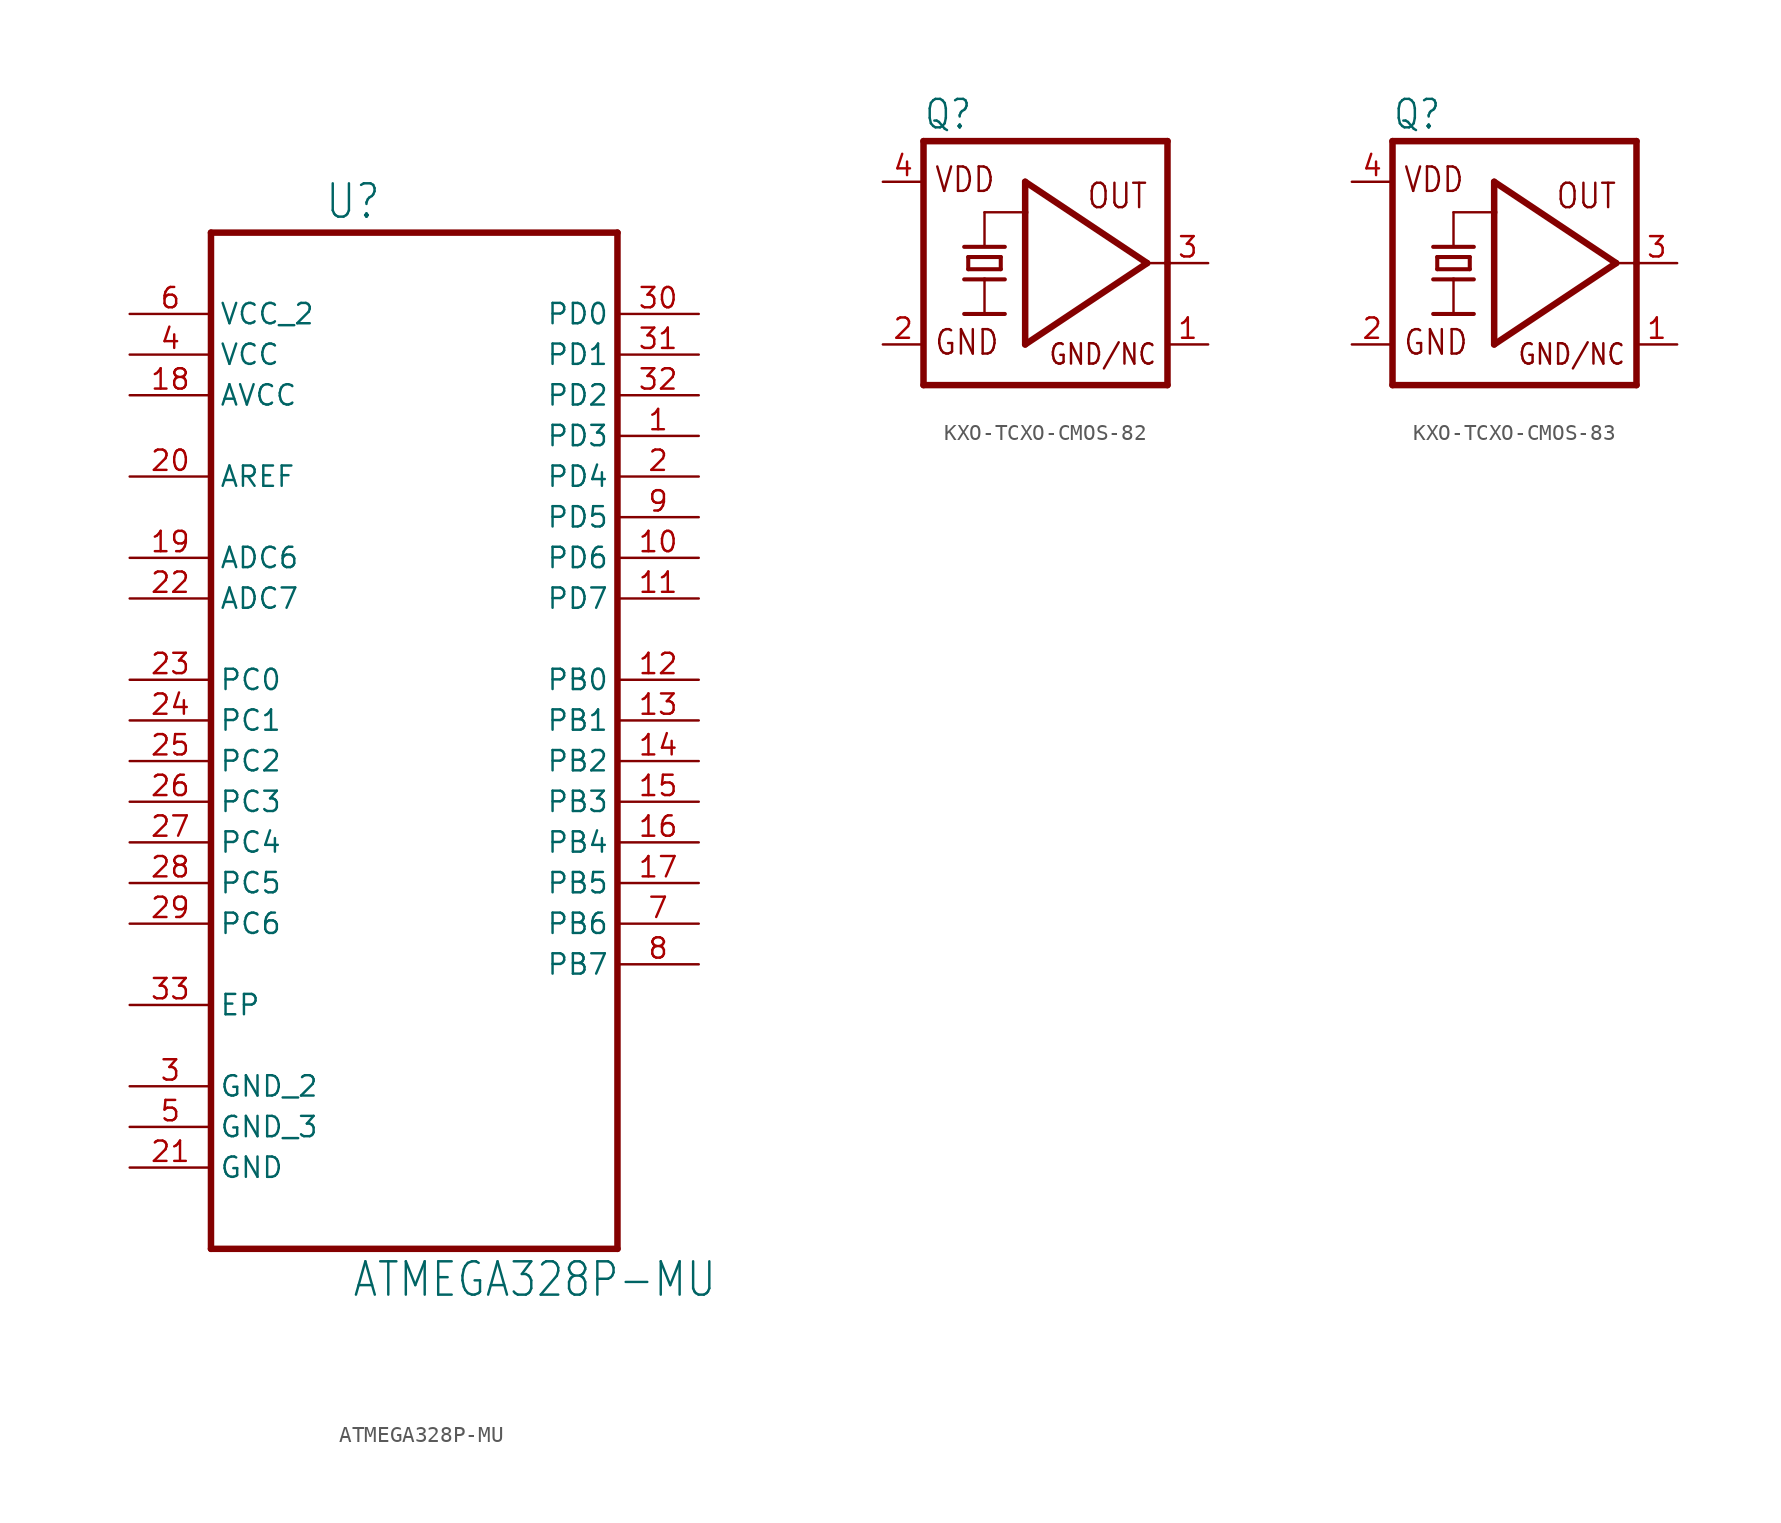
<source format=kicad_sym>
(kicad_symbol_lib
  (version 20211014)
  (generator kicad_symbol_editor)
  (symbol "ATMEGA328P-MU"
    (property "Reference" "U"
      (at -5.613 28.677 0)
      (effects (font (size 2.083 1.77)) (justify left bottom)))
    (property "Value" "ATMEGA328P-MU"
      (at -3.912 -38.684 0)
      (effects (font (size 2.083 1.77)) (justify left bottom)))
    (property "ki_locked" ""
      (at 0 0 0)
      (effects (font (size 1.27 1.27))))
    (symbol "ATMEGA328P-MU_1_0"
      (polyline (pts (xy -12.7 -35.56) (xy 12.7 -35.56)) (stroke (width 0.406) (type default) (color 0 0 0 0)) (fill (type none)))
      (polyline (pts (xy -12.7 27.94) (xy -12.7 -35.56)) (stroke (width 0.406) (type default) (color 0 0 0 0)) (fill (type none)))
      (polyline (pts (xy 12.7 -35.56) (xy 12.7 27.94)) (stroke (width 0.406) (type default) (color 0 0 0 0)) (fill (type none)))
      (polyline (pts (xy 12.7 27.94) (xy -12.7 27.94)) (stroke (width 0.406) (type default) (color 0 0 0 0)) (fill (type none)))
      (pin bidirectional line (at 17.78 15.24 180) (length 5.08) (name "PD3" (effects (font (size 1.27 1.27)))) (number "1" (effects (font (size 1.27 1.27)))))
      (pin bidirectional line (at 17.78 7.62 180) (length 5.08) (name "PD6" (effects (font (size 1.27 1.27)))) (number "10" (effects (font (size 1.27 1.27)))))
      (pin bidirectional line (at 17.78 5.08 180) (length 5.08) (name "PD7" (effects (font (size 1.27 1.27)))) (number "11" (effects (font (size 1.27 1.27)))))
      (pin bidirectional line (at 17.78 0 180) (length 5.08) (name "PB0" (effects (font (size 1.27 1.27)))) (number "12" (effects (font (size 1.27 1.27)))))
      (pin bidirectional line (at 17.78 -2.54 180) (length 5.08) (name "PB1" (effects (font (size 1.27 1.27)))) (number "13" (effects (font (size 1.27 1.27)))))
      (pin bidirectional line (at 17.78 -5.08 180) (length 5.08) (name "PB2" (effects (font (size 1.27 1.27)))) (number "14" (effects (font (size 1.27 1.27)))))
      (pin bidirectional line (at 17.78 -7.62 180) (length 5.08) (name "PB3" (effects (font (size 1.27 1.27)))) (number "15" (effects (font (size 1.27 1.27)))))
      (pin bidirectional line (at 17.78 -10.16 180) (length 5.08) (name "PB4" (effects (font (size 1.27 1.27)))) (number "16" (effects (font (size 1.27 1.27)))))
      (pin bidirectional line (at 17.78 -12.7 180) (length 5.08) (name "PB5" (effects (font (size 1.27 1.27)))) (number "17" (effects (font (size 1.27 1.27)))))
      (pin power_in line (at -17.78 17.78 0) (length 5.08) (name "AVCC" (effects (font (size 1.27 1.27)))) (number "18" (effects (font (size 1.27 1.27)))))
      (pin input line (at -17.78 7.62 0) (length 5.08) (name "ADC6" (effects (font (size 1.27 1.27)))) (number "19" (effects (font (size 1.27 1.27)))))
      (pin bidirectional line (at 17.78 12.7 180) (length 5.08) (name "PD4" (effects (font (size 1.27 1.27)))) (number "2" (effects (font (size 1.27 1.27)))))
      (pin input line (at -17.78 12.7 0) (length 5.08) (name "AREF" (effects (font (size 1.27 1.27)))) (number "20" (effects (font (size 1.27 1.27)))))
      (pin passive line (at -17.78 -30.48 0) (length 5.08) (name "GND" (effects (font (size 1.27 1.27)))) (number "21" (effects (font (size 1.27 1.27)))))
      (pin input line (at -17.78 5.08 0) (length 5.08) (name "ADC7" (effects (font (size 1.27 1.27)))) (number "22" (effects (font (size 1.27 1.27)))))
      (pin bidirectional line (at -17.78 0 0) (length 5.08) (name "PC0" (effects (font (size 1.27 1.27)))) (number "23" (effects (font (size 1.27 1.27)))))
      (pin bidirectional line (at -17.78 -2.54 0) (length 5.08) (name "PC1" (effects (font (size 1.27 1.27)))) (number "24" (effects (font (size 1.27 1.27)))))
      (pin bidirectional line (at -17.78 -5.08 0) (length 5.08) (name "PC2" (effects (font (size 1.27 1.27)))) (number "25" (effects (font (size 1.27 1.27)))))
      (pin bidirectional line (at -17.78 -7.62 0) (length 5.08) (name "PC3" (effects (font (size 1.27 1.27)))) (number "26" (effects (font (size 1.27 1.27)))))
      (pin bidirectional line (at -17.78 -10.16 0) (length 5.08) (name "PC4" (effects (font (size 1.27 1.27)))) (number "27" (effects (font (size 1.27 1.27)))))
      (pin bidirectional line (at -17.78 -12.7 0) (length 5.08) (name "PC5" (effects (font (size 1.27 1.27)))) (number "28" (effects (font (size 1.27 1.27)))))
      (pin bidirectional line (at -17.78 -15.24 0) (length 5.08) (name "PC6" (effects (font (size 1.27 1.27)))) (number "29" (effects (font (size 1.27 1.27)))))
      (pin passive line (at -17.78 -25.4 0) (length 5.08) (name "GND_2" (effects (font (size 1.27 1.27)))) (number "3" (effects (font (size 1.27 1.27)))))
      (pin bidirectional line (at 17.78 22.86 180) (length 5.08) (name "PD0" (effects (font (size 1.27 1.27)))) (number "30" (effects (font (size 1.27 1.27)))))
      (pin bidirectional line (at 17.78 20.32 180) (length 5.08) (name "PD1" (effects (font (size 1.27 1.27)))) (number "31" (effects (font (size 1.27 1.27)))))
      (pin bidirectional line (at 17.78 17.78 180) (length 5.08) (name "PD2" (effects (font (size 1.27 1.27)))) (number "32" (effects (font (size 1.27 1.27)))))
      (pin passive line (at -17.78 -20.32 0) (length 5.08) (name "EP" (effects (font (size 1.27 1.27)))) (number "33" (effects (font (size 1.27 1.27)))))
      (pin power_in line (at -17.78 20.32 0) (length 5.08) (name "VCC" (effects (font (size 1.27 1.27)))) (number "4" (effects (font (size 1.27 1.27)))))
      (pin passive line (at -17.78 -27.94 0) (length 5.08) (name "GND_3" (effects (font (size 1.27 1.27)))) (number "5" (effects (font (size 1.27 1.27)))))
      (pin power_in line (at -17.78 22.86 0) (length 5.08) (name "VCC_2" (effects (font (size 1.27 1.27)))) (number "6" (effects (font (size 1.27 1.27)))))
      (pin bidirectional line (at 17.78 -15.24 180) (length 5.08) (name "PB6" (effects (font (size 1.27 1.27)))) (number "7" (effects (font (size 1.27 1.27)))))
      (pin bidirectional line (at 17.78 -17.78 180) (length 5.08) (name "PB7" (effects (font (size 1.27 1.27)))) (number "8" (effects (font (size 1.27 1.27)))))
      (pin bidirectional line (at 17.78 10.16 180) (length 5.08) (name "PD5" (effects (font (size 1.27 1.27)))) (number "9" (effects (font (size 1.27 1.27)))))))
  (symbol "KXO-TCXO-CMOS-82"
    (property "Reference" "Q"
      (at -7.62 8.255 0)
      (effects (font (size 1.778 1.511)) (justify left bottom)))
    (property "ki_locked" ""
      (at 0 0 0)
      (effects (font (size 1.27 1.27))))
    (symbol "KXO-TCXO-CMOS-82_1_0"
      (polyline (pts (xy -7.62 7.62) (xy -7.62 -7.62)) (stroke (width 0.406) (type default) (color 0 0 0 0)) (fill (type none)))
      (polyline (pts (xy -7.62 7.62) (xy 7.62 7.62)) (stroke (width 0.406) (type default) (color 0 0 0 0)) (fill (type none)))
      (polyline (pts (xy -5.08 -3.175) (xy -2.54 -3.175)) (stroke (width 0.254) (type default) (color 0 0 0 0)) (fill (type none)))
      (polyline (pts (xy -5.08 -1.016) (xy -3.81 -1.016)) (stroke (width 0.254) (type default) (color 0 0 0 0)) (fill (type none)))
      (polyline (pts (xy -5.08 1.016) (xy -2.54 1.016)) (stroke (width 0.254) (type default) (color 0 0 0 0)) (fill (type none)))
      (polyline (pts (xy -4.826 -0.381) (xy -4.826 0.381)) (stroke (width 0.254) (type default) (color 0 0 0 0)) (fill (type none)))
      (polyline (pts (xy -4.826 -0.381) (xy -2.794 -0.381)) (stroke (width 0.254) (type default) (color 0 0 0 0)) (fill (type none)))
      (polyline (pts (xy -4.826 0.381) (xy -2.794 0.381)) (stroke (width 0.254) (type default) (color 0 0 0 0)) (fill (type none)))
      (polyline (pts (xy -3.81 -3.175) (xy -3.81 -1.016)) (stroke (width 0.152) (type default) (color 0 0 0 0)) (fill (type none)))
      (polyline (pts (xy -3.81 -1.016) (xy -2.54 -1.016)) (stroke (width 0.254) (type default) (color 0 0 0 0)) (fill (type none)))
      (polyline (pts (xy -3.81 1.016) (xy -3.81 3.175)) (stroke (width 0.152) (type default) (color 0 0 0 0)) (fill (type none)))
      (polyline (pts (xy -3.81 3.175) (xy -1.27 3.175)) (stroke (width 0.152) (type default) (color 0 0 0 0)) (fill (type none)))
      (polyline (pts (xy -2.794 0.381) (xy -2.794 -0.381)) (stroke (width 0.254) (type default) (color 0 0 0 0)) (fill (type none)))
      (polyline (pts (xy -1.27 -5.08) (xy -1.27 3.175)) (stroke (width 0.406) (type default) (color 0 0 0 0)) (fill (type none)))
      (polyline (pts (xy -1.27 3.175) (xy -1.27 5.08)) (stroke (width 0.406) (type default) (color 0 0 0 0)) (fill (type none)))
      (polyline (pts (xy -1.27 5.08) (xy 6.35 0)) (stroke (width 0.406) (type default) (color 0 0 0 0)) (fill (type none)))
      (polyline (pts (xy 6.35 0) (xy -1.27 -5.08)) (stroke (width 0.406) (type default) (color 0 0 0 0)) (fill (type none)))
      (polyline (pts (xy 6.35 0) (xy 7.62 0)) (stroke (width 0.152) (type default) (color 0 0 0 0)) (fill (type none)))
      (polyline (pts (xy 7.62 -7.62) (xy -7.62 -7.62)) (stroke (width 0.406) (type default) (color 0 0 0 0)) (fill (type none)))
      (polyline (pts (xy 7.62 -7.62) (xy 7.62 0)) (stroke (width 0.406) (type default) (color 0 0 0 0)) (fill (type none)))
      (polyline (pts (xy 7.62 0) (xy 7.62 7.62)) (stroke (width 0.406) (type default) (color 0 0 0 0)) (fill (type none)))
      (text "GND" (at -6.985 -5.842 0) (effects (font (size 1.524 1.295)) (justify left bottom)))
      (text "GND/NC" (at 6.985 -4.953 0) (effects (font (size 1.27 1.079)) (justify right top)))
      (text "OUT" (at 2.54 3.302 0) (effects (font (size 1.524 1.295)) (justify left bottom)))
      (text "VDD" (at -6.985 4.318 0) (effects (font (size 1.524 1.295)) (justify left bottom)))
      (pin power_in line (at 10.16 -5.08 180) (length 2.54) (name "GND/NC" (effects (font (size 0 0)))) (number "1" (effects (font (size 1.27 1.27)))))
      (pin power_in line (at -10.16 -5.08 0) (length 2.54) (name "GND" (effects (font (size 0 0)))) (number "2" (effects (font (size 1.27 1.27)))))
      (pin output line (at 10.16 0 180) (length 2.54) (name "OUT" (effects (font (size 0 0)))) (number "3" (effects (font (size 1.27 1.27)))))
      (pin power_in line (at -10.16 5.08 0) (length 2.54) (name "VDD" (effects (font (size 0 0)))) (number "4" (effects (font (size 1.27 1.27)))))))
  (symbol "KXO-TCXO-CMOS-83"
    (property "Reference" "Q"
      (at -7.62 8.255 0)
      (effects (font (size 1.778 1.511)) (justify left bottom)))
    (property "ki_locked" ""
      (at 0 0 0)
      (effects (font (size 1.27 1.27))))
    (symbol "KXO-TCXO-CMOS-83_1_0"
      (polyline (pts (xy -7.62 7.62) (xy -7.62 -7.62)) (stroke (width 0.406) (type default) (color 0 0 0 0)) (fill (type none)))
      (polyline (pts (xy -7.62 7.62) (xy 7.62 7.62)) (stroke (width 0.406) (type default) (color 0 0 0 0)) (fill (type none)))
      (polyline (pts (xy -5.08 -3.175) (xy -2.54 -3.175)) (stroke (width 0.254) (type default) (color 0 0 0 0)) (fill (type none)))
      (polyline (pts (xy -5.08 -1.016) (xy -3.81 -1.016)) (stroke (width 0.254) (type default) (color 0 0 0 0)) (fill (type none)))
      (polyline (pts (xy -5.08 1.016) (xy -2.54 1.016)) (stroke (width 0.254) (type default) (color 0 0 0 0)) (fill (type none)))
      (polyline (pts (xy -4.826 -0.381) (xy -4.826 0.381)) (stroke (width 0.254) (type default) (color 0 0 0 0)) (fill (type none)))
      (polyline (pts (xy -4.826 -0.381) (xy -2.794 -0.381)) (stroke (width 0.254) (type default) (color 0 0 0 0)) (fill (type none)))
      (polyline (pts (xy -4.826 0.381) (xy -2.794 0.381)) (stroke (width 0.254) (type default) (color 0 0 0 0)) (fill (type none)))
      (polyline (pts (xy -3.81 -3.175) (xy -3.81 -1.016)) (stroke (width 0.152) (type default) (color 0 0 0 0)) (fill (type none)))
      (polyline (pts (xy -3.81 -1.016) (xy -2.54 -1.016)) (stroke (width 0.254) (type default) (color 0 0 0 0)) (fill (type none)))
      (polyline (pts (xy -3.81 1.016) (xy -3.81 3.175)) (stroke (width 0.152) (type default) (color 0 0 0 0)) (fill (type none)))
      (polyline (pts (xy -3.81 3.175) (xy -1.27 3.175)) (stroke (width 0.152) (type default) (color 0 0 0 0)) (fill (type none)))
      (polyline (pts (xy -2.794 0.381) (xy -2.794 -0.381)) (stroke (width 0.254) (type default) (color 0 0 0 0)) (fill (type none)))
      (polyline (pts (xy -1.27 -5.08) (xy -1.27 3.175)) (stroke (width 0.406) (type default) (color 0 0 0 0)) (fill (type none)))
      (polyline (pts (xy -1.27 3.175) (xy -1.27 5.08)) (stroke (width 0.406) (type default) (color 0 0 0 0)) (fill (type none)))
      (polyline (pts (xy -1.27 5.08) (xy 6.35 0)) (stroke (width 0.406) (type default) (color 0 0 0 0)) (fill (type none)))
      (polyline (pts (xy 6.35 0) (xy -1.27 -5.08)) (stroke (width 0.406) (type default) (color 0 0 0 0)) (fill (type none)))
      (polyline (pts (xy 6.35 0) (xy 7.62 0)) (stroke (width 0.152) (type default) (color 0 0 0 0)) (fill (type none)))
      (polyline (pts (xy 7.62 -7.62) (xy -7.62 -7.62)) (stroke (width 0.406) (type default) (color 0 0 0 0)) (fill (type none)))
      (polyline (pts (xy 7.62 -7.62) (xy 7.62 0)) (stroke (width 0.406) (type default) (color 0 0 0 0)) (fill (type none)))
      (polyline (pts (xy 7.62 0) (xy 7.62 7.62)) (stroke (width 0.406) (type default) (color 0 0 0 0)) (fill (type none)))
      (text "GND" (at -6.985 -5.842 0) (effects (font (size 1.524 1.295)) (justify left bottom)))
      (text "GND/NC" (at 6.985 -4.953 0) (effects (font (size 1.27 1.079)) (justify right top)))
      (text "OUT" (at 2.54 3.302 0) (effects (font (size 1.524 1.295)) (justify left bottom)))
      (text "VDD" (at -6.985 4.318 0) (effects (font (size 1.524 1.295)) (justify left bottom)))
      (pin power_in line (at 10.16 -5.08 180) (length 2.54) (name "GND/NC" (effects (font (size 0 0)))) (number "1" (effects (font (size 1.27 1.27)))))
      (pin power_in line (at -10.16 -5.08 0) (length 2.54) (name "GND" (effects (font (size 0 0)))) (number "2" (effects (font (size 1.27 1.27)))))
      (pin output line (at 10.16 0 180) (length 2.54) (name "OUT" (effects (font (size 0 0)))) (number "3" (effects (font (size 1.27 1.27)))))
      (pin power_in line (at -10.16 5.08 0) (length 2.54) (name "VDD" (effects (font (size 0 0)))) (number "4" (effects (font (size 1.27 1.27))))))))
</source>
